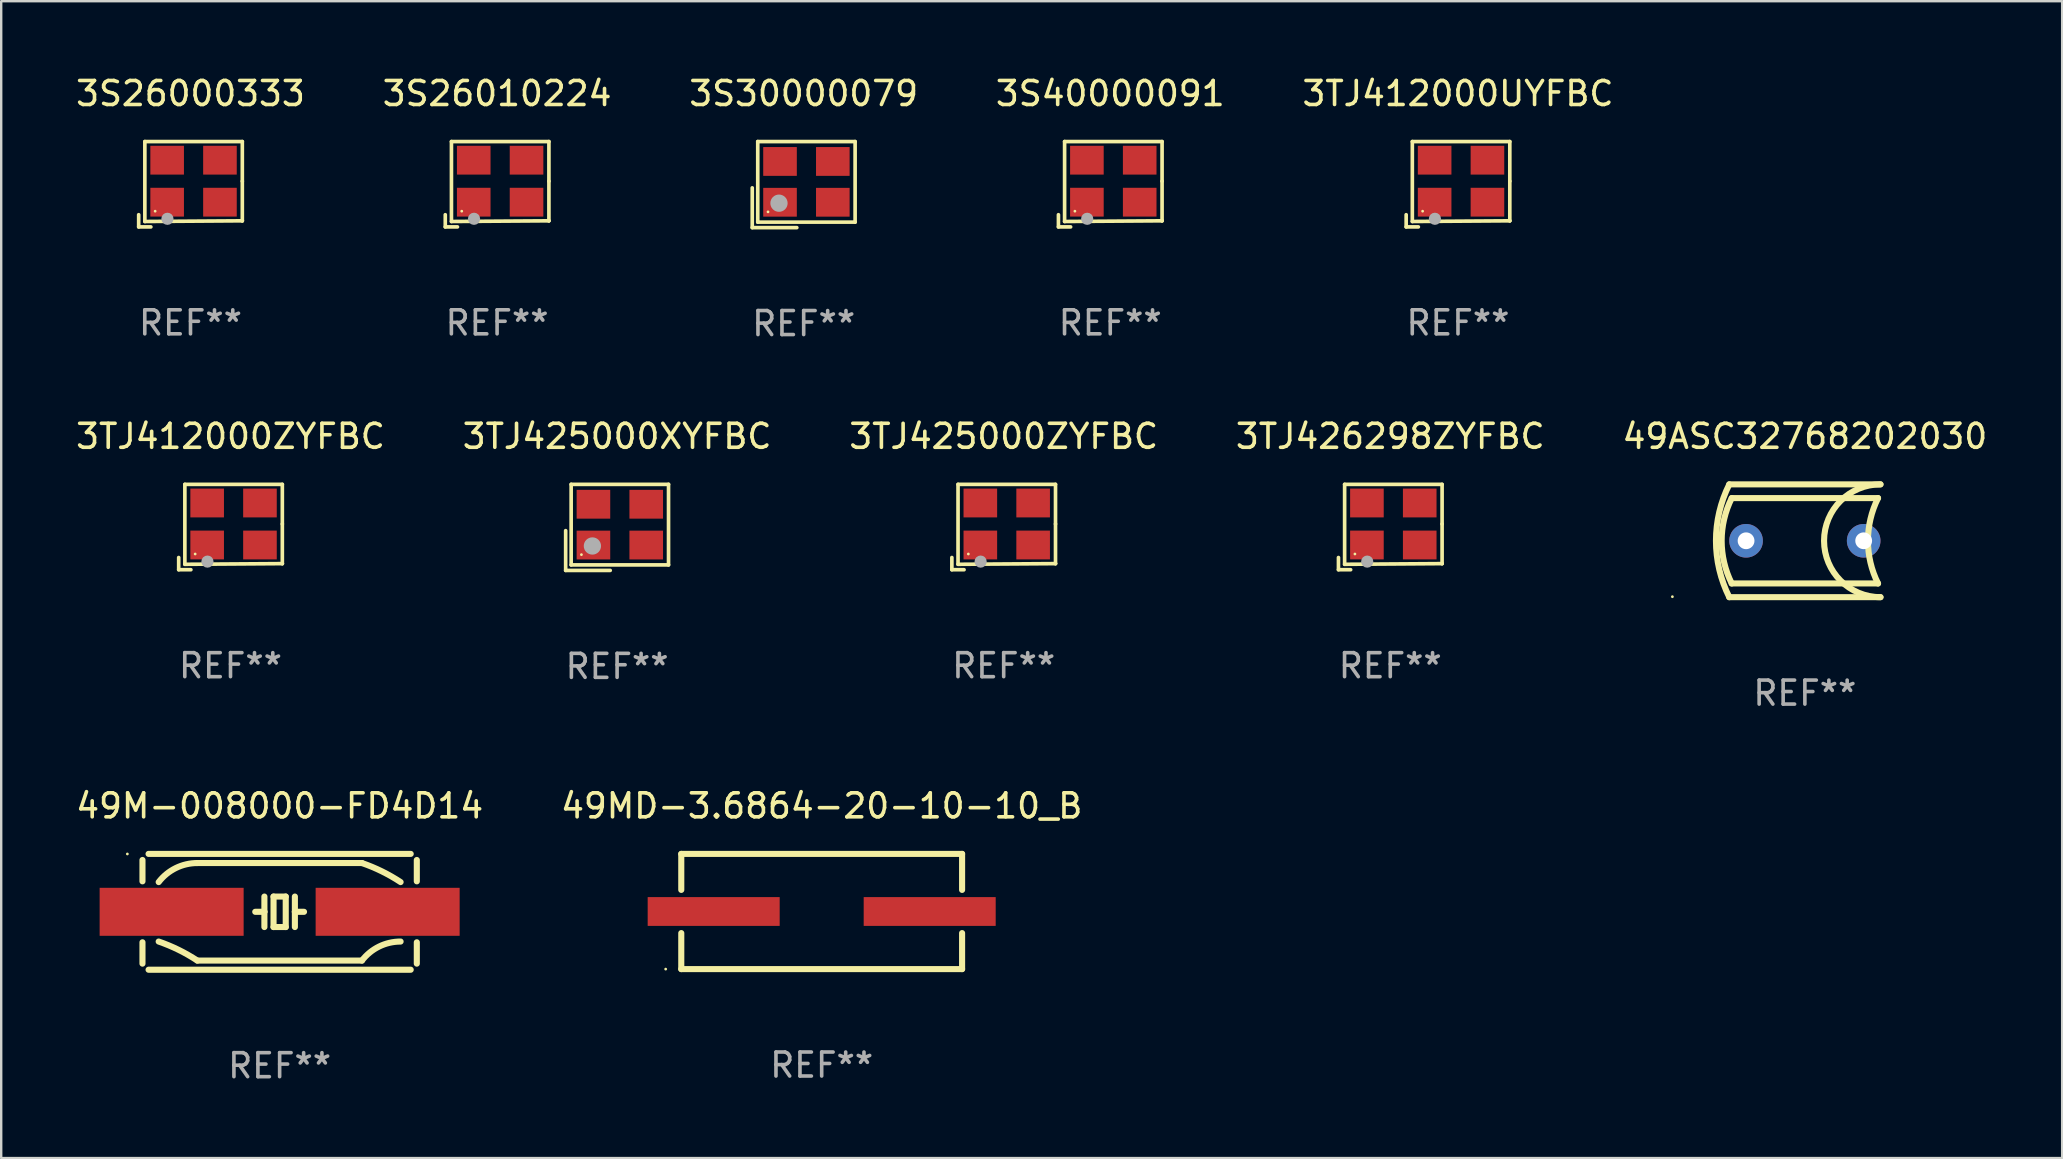
<source format=kicad_pcb>
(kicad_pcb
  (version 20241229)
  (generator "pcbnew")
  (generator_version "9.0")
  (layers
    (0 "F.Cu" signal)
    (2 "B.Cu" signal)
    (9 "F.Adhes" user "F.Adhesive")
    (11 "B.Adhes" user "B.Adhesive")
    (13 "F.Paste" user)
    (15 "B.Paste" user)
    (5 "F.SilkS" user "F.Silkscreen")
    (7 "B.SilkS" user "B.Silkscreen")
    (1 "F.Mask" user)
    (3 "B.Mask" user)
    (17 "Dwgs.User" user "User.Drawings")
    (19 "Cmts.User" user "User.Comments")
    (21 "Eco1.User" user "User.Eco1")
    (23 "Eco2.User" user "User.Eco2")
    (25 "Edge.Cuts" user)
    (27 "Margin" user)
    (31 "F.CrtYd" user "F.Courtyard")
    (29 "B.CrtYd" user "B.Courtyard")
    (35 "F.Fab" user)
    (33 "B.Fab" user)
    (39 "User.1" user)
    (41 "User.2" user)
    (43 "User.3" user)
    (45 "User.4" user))
  (footprint "3S26000333"
    (layer "F.Cu")
    (at 4.887 4.626)
    (property "Reference" "3S26000333" (at 0 -3.778 0) (layer "F.SilkS") (effects (font (size 1 1) (thickness 0.15))))
    (attr through_hole)
    (fp_line (start -2.159 1.27) (end -2.159 1.778) (stroke (width 0.152) (type solid)) (layer "F.SilkS"))
    (fp_line (start -2.159 1.778) (end -1.651 1.778) (stroke (width 0.152) (type solid)) (layer "F.SilkS"))
    (fp_line (start -1.902 -1.778) (end 2.159 -1.778) (stroke (width 0.152) (type solid)) (layer "F.SilkS"))
    (fp_line (start -1.902 1.552) (end -1.902 -1.778) (stroke (width 0.152) (type solid)) (layer "F.SilkS"))
    (fp_line (start 2.159 -1.778) (end 2.159 -0.127) (stroke (width 0.152) (type solid)) (layer "F.SilkS"))
    (fp_line (start 2.159 -0.127) (end 2.159 1.524) (stroke (width 0.152) (type solid)) (layer "F.SilkS"))
    (fp_line (start 2.159 1.524) (end -1.902 1.552) (stroke (width 0.152) (type solid)) (layer "F.SilkS"))
    (fp_line (start 2.159 1.524) (end 2.159 1.524) (stroke (width 0.152) (type solid)) (layer "F.SilkS"))
    (fp_circle (center -1.473 1.123) (end -1.443 1.123) (stroke (width 0.06) (type solid)) (fill no) (layer "F.SilkS"))
    (fp_circle (center -0.961 1.44) (end -0.834 1.44) (stroke (width 0.254) (type solid)) (fill no) (layer "F.Fab"))
    (fp_text user "REF**" (at 0 5.778 0) (layer "F.Fab") (effects (font (size 1 1) (thickness 0.15))))
    (pad "1" smd rect (at -0.973 0.748) (size 1.4 1.2) (layers "F.Cu" "F.Mask" "F.Paste"))
    (pad "2" smd rect (at 1.227 0.748) (size 1.4 1.2) (layers "F.Cu" "F.Mask" "F.Paste"))
    (pad "3" smd rect (at 1.227 -1.002) (size 1.4 1.2) (layers "F.Cu" "F.Mask" "F.Paste"))
    (pad "4" smd rect (at -0.973 -1.002) (size 1.4 1.2) (layers "F.Cu" "F.Mask" "F.Paste")))
  (footprint "3S40000091"
    (layer "F.Cu")
    (at 43.208 4.626)
    (property "Reference" "3S40000091" (at 0 -3.778 0) (layer "F.SilkS") (effects (font (size 1 1) (thickness 0.15))))
    (attr through_hole)
    (fp_line (start -2.159 1.27) (end -2.159 1.778) (stroke (width 0.152) (type solid)) (layer "F.SilkS"))
    (fp_line (start -2.159 1.778) (end -1.651 1.778) (stroke (width 0.152) (type solid)) (layer "F.SilkS"))
    (fp_line (start -1.902 -1.778) (end 2.159 -1.778) (stroke (width 0.152) (type solid)) (layer "F.SilkS"))
    (fp_line (start -1.902 1.552) (end -1.902 -1.778) (stroke (width 0.152) (type solid)) (layer "F.SilkS"))
    (fp_line (start 2.159 -1.778) (end 2.159 -0.127) (stroke (width 0.152) (type solid)) (layer "F.SilkS"))
    (fp_line (start 2.159 -0.127) (end 2.159 1.524) (stroke (width 0.152) (type solid)) (layer "F.SilkS"))
    (fp_line (start 2.159 1.524) (end -1.902 1.552) (stroke (width 0.152) (type solid)) (layer "F.SilkS"))
    (fp_line (start 2.159 1.524) (end 2.159 1.524) (stroke (width 0.152) (type solid)) (layer "F.SilkS"))
    (fp_circle (center -1.473 1.123) (end -1.443 1.123) (stroke (width 0.06) (type solid)) (fill no) (layer "F.SilkS"))
    (fp_circle (center -0.961 1.44) (end -0.834 1.44) (stroke (width 0.254) (type solid)) (fill no) (layer "F.Fab"))
    (fp_text user "REF**" (at 0 5.778 0) (layer "F.Fab") (effects (font (size 1 1) (thickness 0.15))))
    (pad "1" smd rect (at -0.973 0.748) (size 1.4 1.2) (layers "F.Cu" "F.Mask" "F.Paste"))
    (pad "2" smd rect (at 1.227 0.748) (size 1.4 1.2) (layers "F.Cu" "F.Mask" "F.Paste"))
    (pad "3" smd rect (at 1.227 -1.002) (size 1.4 1.2) (layers "F.Cu" "F.Mask" "F.Paste"))
    (pad "4" smd rect (at -0.973 -1.002) (size 1.4 1.2) (layers "F.Cu" "F.Mask" "F.Paste")))
  (footprint "3S30000079"
    (layer "F.Cu")
    (at 30.435 4.641)
    (property "Reference" "3S30000079" (at 0 -3.793 0) (layer "F.SilkS") (effects (font (size 1 1) (thickness 0.15))))
    (attr through_hole)
    (fp_line (start -2.143 0.136) (end -2.143 1.793) (stroke (width 0.152) (type solid)) (layer "F.SilkS"))
    (fp_line (start -2.143 1.793) (end -0.286 1.793) (stroke (width 0.152) (type solid)) (layer "F.SilkS"))
    (fp_line (start -1.914 -1.793) (end 2.143 -1.793) (stroke (width 0.152) (type solid)) (layer "F.SilkS"))
    (fp_line (start -1.914 1.564) (end -1.914 -1.793) (stroke (width 0.152) (type solid)) (layer "F.SilkS"))
    (fp_line (start 2.143 -1.793) (end 2.143 1.564) (stroke (width 0.152) (type solid)) (layer "F.SilkS"))
    (fp_line (start 2.143 1.564) (end -1.914 1.564) (stroke (width 0.152) (type solid)) (layer "F.SilkS"))
    (fp_circle (center -1.486 1.136) (end -1.456 1.136) (stroke (width 0.06) (type solid)) (fill no) (layer "F.SilkS"))
    (fp_circle (center -1.029 0.775) (end -0.849 0.775) (stroke (width 0.36) (type solid)) (fill no) (layer "F.Fab"))
    (fp_text user "REF**" (at 0 5.793 0) (layer "F.Fab") (effects (font (size 1 1) (thickness 0.15))))
    (pad "1" smd rect (at -0.986 0.736) (size 1.4 1.2) (layers "F.Cu" "F.Mask" "F.Paste"))
    (pad "2" smd rect (at 1.214 0.736) (size 1.4 1.2) (layers "F.Cu" "F.Mask" "F.Paste"))
    (pad "3" smd rect (at 1.214 -0.964) (size 1.4 1.2) (layers "F.Cu" "F.Mask" "F.Paste"))
    (pad "4" smd rect (at -0.986 -0.964) (size 1.4 1.2) (layers "F.Cu" "F.Mask" "F.Paste")))
  (footprint "3S26010224"
    (layer "F.Cu")
    (at 17.661 4.626)
    (property "Reference" "3S26010224" (at 0 -3.778 0) (layer "F.SilkS") (effects (font (size 1 1) (thickness 0.15))))
    (attr through_hole)
    (fp_line (start -2.159 1.27) (end -2.159 1.778) (stroke (width 0.152) (type solid)) (layer "F.SilkS"))
    (fp_line (start -2.159 1.778) (end -1.651 1.778) (stroke (width 0.152) (type solid)) (layer "F.SilkS"))
    (fp_line (start -1.902 -1.778) (end 2.159 -1.778) (stroke (width 0.152) (type solid)) (layer "F.SilkS"))
    (fp_line (start -1.902 1.552) (end -1.902 -1.778) (stroke (width 0.152) (type solid)) (layer "F.SilkS"))
    (fp_line (start 2.159 -1.778) (end 2.159 -0.127) (stroke (width 0.152) (type solid)) (layer "F.SilkS"))
    (fp_line (start 2.159 -0.127) (end 2.159 1.524) (stroke (width 0.152) (type solid)) (layer "F.SilkS"))
    (fp_line (start 2.159 1.524) (end -1.902 1.552) (stroke (width 0.152) (type solid)) (layer "F.SilkS"))
    (fp_line (start 2.159 1.524) (end 2.159 1.524) (stroke (width 0.152) (type solid)) (layer "F.SilkS"))
    (fp_circle (center -1.473 1.123) (end -1.443 1.123) (stroke (width 0.06) (type solid)) (fill no) (layer "F.SilkS"))
    (fp_circle (center -0.961 1.44) (end -0.834 1.44) (stroke (width 0.254) (type solid)) (fill no) (layer "F.Fab"))
    (fp_text user "REF**" (at 0 5.778 0) (layer "F.Fab") (effects (font (size 1 1) (thickness 0.15))))
    (pad "1" smd rect (at -0.973 0.748) (size 1.4 1.2) (layers "F.Cu" "F.Mask" "F.Paste"))
    (pad "2" smd rect (at 1.227 0.748) (size 1.4 1.2) (layers "F.Cu" "F.Mask" "F.Paste"))
    (pad "3" smd rect (at 1.227 -1.002) (size 1.4 1.2) (layers "F.Cu" "F.Mask" "F.Paste"))
    (pad "4" smd rect (at -0.973 -1.002) (size 1.4 1.2) (layers "F.Cu" "F.Mask" "F.Paste")))
  (footprint "3TJ426298ZYFBC"
    (layer "F.Cu")
    (at 54.875 18.909)
    (property "Reference" "3TJ426298ZYFBC" (at 0 -3.778 0) (layer "F.SilkS") (effects (font (size 1 1) (thickness 0.15))))
    (attr through_hole)
    (fp_line (start -2.159 1.27) (end -2.159 1.778) (stroke (width 0.152) (type solid)) (layer "F.SilkS"))
    (fp_line (start -2.159 1.778) (end -1.651 1.778) (stroke (width 0.152) (type solid)) (layer "F.SilkS"))
    (fp_line (start -1.902 -1.778) (end 2.159 -1.778) (stroke (width 0.152) (type solid)) (layer "F.SilkS"))
    (fp_line (start -1.902 1.552) (end -1.902 -1.778) (stroke (width 0.152) (type solid)) (layer "F.SilkS"))
    (fp_line (start 2.159 -1.778) (end 2.159 -0.127) (stroke (width 0.152) (type solid)) (layer "F.SilkS"))
    (fp_line (start 2.159 -0.127) (end 2.159 1.524) (stroke (width 0.152) (type solid)) (layer "F.SilkS"))
    (fp_line (start 2.159 1.524) (end -1.902 1.552) (stroke (width 0.152) (type solid)) (layer "F.SilkS"))
    (fp_line (start 2.159 1.524) (end 2.159 1.524) (stroke (width 0.152) (type solid)) (layer "F.SilkS"))
    (fp_circle (center -1.473 1.123) (end -1.443 1.123) (stroke (width 0.06) (type solid)) (fill no) (layer "F.SilkS"))
    (fp_circle (center -0.961 1.44) (end -0.834 1.44) (stroke (width 0.254) (type solid)) (fill no) (layer "F.Fab"))
    (fp_text user "REF**" (at 0 5.778 0) (layer "F.Fab") (effects (font (size 1 1) (thickness 0.15))))
    (pad "1" smd rect (at -0.973 0.748) (size 1.4 1.2) (layers "F.Cu" "F.Mask" "F.Paste"))
    (pad "2" smd rect (at 1.227 0.748) (size 1.4 1.2) (layers "F.Cu" "F.Mask" "F.Paste"))
    (pad "3" smd rect (at 1.227 -1.002) (size 1.4 1.2) (layers "F.Cu" "F.Mask" "F.Paste"))
    (pad "4" smd rect (at -0.973 -1.002) (size 1.4 1.2) (layers "F.Cu" "F.Mask" "F.Paste")))
  (footprint "49M-008000-FD4D14"
    (layer "F.Cu")
    (at 8.601 34.94)
    (property "Reference" "49M-008000-FD4D14" (at 0 -4.413 0) (layer "F.SilkS") (effects (font (size 1 1) (thickness 0.15))))
    (attr through_hole)
    (fp_line (start -5.715 -2.159) (end -5.715 -1.27) (stroke (width 0.254) (type solid)) (layer "F.SilkS"))
    (fp_line (start -5.715 2.159) (end -5.715 1.27) (stroke (width 0.254) (type solid)) (layer "F.SilkS"))
    (fp_line (start -3.429 -2.032) (end 3.429 -2.032) (stroke (width 0.254) (type solid)) (layer "F.SilkS"))
    (fp_line (start -0.635 -0.635) (end -0.635 0) (stroke (width 0.254) (type solid)) (layer "F.SilkS"))
    (fp_line (start -0.635 0) (end -1.016 0) (stroke (width 0.254) (type solid)) (layer "F.SilkS"))
    (fp_line (start -0.635 0) (end -0.635 0.635) (stroke (width 0.254) (type solid)) (layer "F.SilkS"))
    (fp_line (start -0.254 -0.635) (end -0.254 0.635) (stroke (width 0.254) (type solid)) (layer "F.SilkS"))
    (fp_line (start -0.254 0.635) (end 0.254 0.635) (stroke (width 0.254) (type solid)) (layer "F.SilkS"))
    (fp_line (start 0.254 -0.635) (end -0.254 -0.635) (stroke (width 0.254) (type solid)) (layer "F.SilkS"))
    (fp_line (start 0.254 0.635) (end 0.254 -0.635) (stroke (width 0.254) (type solid)) (layer "F.SilkS"))
    (fp_line (start 0.635 -0.635) (end 0.635 0) (stroke (width 0.254) (type solid)) (layer "F.SilkS"))
    (fp_line (start 0.635 0) (end 0.635 0.635) (stroke (width 0.254) (type solid)) (layer "F.SilkS"))
    (fp_line (start 0.635 0) (end 1.016 0) (stroke (width 0.254) (type solid)) (layer "F.SilkS"))
    (fp_line (start 3.429 2.032) (end -3.429 2.032) (stroke (width 0.254) (type solid)) (layer "F.SilkS"))
    (fp_line (start 5.461 -2.413) (end -5.461 -2.413) (stroke (width 0.254) (type solid)) (layer "F.SilkS"))
    (fp_line (start 5.461 2.413) (end -5.461 2.413) (stroke (width 0.254) (type solid)) (layer "F.SilkS"))
    (fp_line (start 5.715 -2.159) (end 5.715 -1.27) (stroke (width 0.254) (type solid)) (layer "F.SilkS"))
    (fp_line (start 5.715 2.159) (end 5.715 1.27) (stroke (width 0.254) (type solid)) (layer "F.SilkS"))
    (fp_arc (start -5.039649 -1.238964) (mid -4.326674 -1.823064) (end -3.429007 -2.032105) (stroke (width 0.254001) (type solid)) (layer "F.SilkS"))
    (fp_arc (start -5.039649 1.238964) (mid -4.209364 1.584785) (end -3.429006 2.032005) (stroke (width 0.254001) (type solid)) (layer "F.SilkS"))
    (fp_arc (start 3.429007 -2.032004) (mid 4.259292 -1.686184) (end 5.03965 -1.238964) (stroke (width 0.254001) (type solid)) (layer "F.SilkS"))
    (fp_arc (start 3.429007 2.032004) (mid 4.141933 1.447919) (end 5.039548 1.238862) (stroke (width 0.254001) (type solid)) (layer "F.SilkS"))
    (fp_circle (center -6.345 -2.41) (end -6.315 -2.41) (stroke (width 0.06) (type solid)) (fill no) (layer "F.SilkS"))
    (fp_text user "REF**" (at 0 6.413 0) (layer "F.Fab") (effects (font (size 1 1) (thickness 0.15))))
    (pad "1" smd rect (at -4.5 0) (size 6 2) (layers "F.Cu" "F.Mask" "F.Paste"))
    (pad "2" smd rect (at 4.5 0) (size 6 2) (layers "F.Cu" "F.Mask" "F.Paste")))
  (footprint "49MD-3.6864-20-10-10_B"
    (layer "F.Cu")
    (at 31.185 34.927)
    (property "Reference" "49MD-3.6864-20-10-10_B" (at 0 -4.4 0) (layer "F.SilkS") (effects (font (size 1 1) (thickness 0.15))))
    (attr through_hole)
    (fp_line (start -5.85 -2.4) (end 5.85 -2.4) (stroke (width 0.254) (type solid)) (layer "F.SilkS"))
    (fp_line (start -5.85 -2.4) (end -5.85 -0.9) (stroke (width 0.254) (type solid)) (layer "F.SilkS"))
    (fp_line (start -5.85 2.4) (end 5.85 2.4) (stroke (width 0.254) (type solid)) (layer "F.SilkS"))
    (fp_line (start -5.85 0.9) (end -5.85 2.4) (stroke (width 0.254) (type solid)) (layer "F.SilkS"))
    (fp_line (start 5.85 -2.4) (end 5.85 -0.9) (stroke (width 0.254) (type solid)) (layer "F.SilkS"))
    (fp_line (start 5.85 0.9) (end 5.85 2.4) (stroke (width 0.254) (type solid)) (layer "F.SilkS"))
    (fp_circle (center -6.5 2.4) (end -6.47 2.4) (stroke (width 0.06) (type solid)) (fill no) (layer "F.SilkS"))
    (fp_text user "REF**" (at 0 6.4 0) (layer "F.Fab") (effects (font (size 1 1) (thickness 0.15))))
    (pad "1" smd rect (at -4.5 -0.000025) (size 5.5 1.2) (layers "F.Cu" "F.Mask" "F.Paste"))
    (pad "2" smd rect (at 4.5 -0.000025) (size 5.5 1.2) (layers "F.Cu" "F.Mask" "F.Paste")))
  (footprint "3TJ412000UYFBC"
    (layer "F.Cu")
    (at 57.696 4.626)
    (property "Reference" "3TJ412000UYFBC" (at 0 -3.778 0) (layer "F.SilkS") (effects (font (size 1 1) (thickness 0.15))))
    (attr through_hole)
    (fp_line (start -2.159 1.27) (end -2.159 1.778) (stroke (width 0.152) (type solid)) (layer "F.SilkS"))
    (fp_line (start -2.159 1.778) (end -1.651 1.778) (stroke (width 0.152) (type solid)) (layer "F.SilkS"))
    (fp_line (start -1.902 -1.778) (end 2.159 -1.778) (stroke (width 0.152) (type solid)) (layer "F.SilkS"))
    (fp_line (start -1.902 1.552) (end -1.902 -1.778) (stroke (width 0.152) (type solid)) (layer "F.SilkS"))
    (fp_line (start 2.159 -1.778) (end 2.159 -0.127) (stroke (width 0.152) (type solid)) (layer "F.SilkS"))
    (fp_line (start 2.159 -0.127) (end 2.159 1.524) (stroke (width 0.152) (type solid)) (layer "F.SilkS"))
    (fp_line (start 2.159 1.524) (end -1.902 1.552) (stroke (width 0.152) (type solid)) (layer "F.SilkS"))
    (fp_line (start 2.159 1.524) (end 2.159 1.524) (stroke (width 0.152) (type solid)) (layer "F.SilkS"))
    (fp_circle (center -1.473 1.123) (end -1.443 1.123) (stroke (width 0.06) (type solid)) (fill no) (layer "F.SilkS"))
    (fp_circle (center -0.961 1.44) (end -0.834 1.44) (stroke (width 0.254) (type solid)) (fill no) (layer "F.Fab"))
    (fp_text user "REF**" (at 0 5.778 0) (layer "F.Fab") (effects (font (size 1 1) (thickness 0.15))))
    (pad "1" smd rect (at -0.973 0.748) (size 1.4 1.2) (layers "F.Cu" "F.Mask" "F.Paste"))
    (pad "2" smd rect (at 1.227 0.748) (size 1.4 1.2) (layers "F.Cu" "F.Mask" "F.Paste"))
    (pad "3" smd rect (at 1.227 -1.002) (size 1.4 1.2) (layers "F.Cu" "F.Mask" "F.Paste"))
    (pad "4" smd rect (at -0.973 -1.002) (size 1.4 1.2) (layers "F.Cu" "F.Mask" "F.Paste")))
  (footprint "3TJ425000XYFBC"
    (layer "F.Cu")
    (at 22.661 18.923)
    (property "Reference" "3TJ425000XYFBC" (at 0 -3.793 0) (layer "F.SilkS") (effects (font (size 1 1) (thickness 0.15))))
    (attr through_hole)
    (fp_line (start -2.143 0.136) (end -2.143 1.793) (stroke (width 0.152) (type solid)) (layer "F.SilkS"))
    (fp_line (start -2.143 1.793) (end -0.286 1.793) (stroke (width 0.152) (type solid)) (layer "F.SilkS"))
    (fp_line (start -1.914 -1.793) (end 2.143 -1.793) (stroke (width 0.152) (type solid)) (layer "F.SilkS"))
    (fp_line (start -1.914 1.564) (end -1.914 -1.793) (stroke (width 0.152) (type solid)) (layer "F.SilkS"))
    (fp_line (start 2.143 -1.793) (end 2.143 1.564) (stroke (width 0.152) (type solid)) (layer "F.SilkS"))
    (fp_line (start 2.143 1.564) (end -1.914 1.564) (stroke (width 0.152) (type solid)) (layer "F.SilkS"))
    (fp_circle (center -1.486 1.136) (end -1.456 1.136) (stroke (width 0.06) (type solid)) (fill no) (layer "F.SilkS"))
    (fp_circle (center -1.029 0.775) (end -0.849 0.775) (stroke (width 0.36) (type solid)) (fill no) (layer "F.Fab"))
    (fp_text user "REF**" (at 0 5.793 0) (layer "F.Fab") (effects (font (size 1 1) (thickness 0.15))))
    (pad "1" smd rect (at -0.986 0.736) (size 1.4 1.2) (layers "F.Cu" "F.Mask" "F.Paste"))
    (pad "2" smd rect (at 1.214 0.736) (size 1.4 1.2) (layers "F.Cu" "F.Mask" "F.Paste"))
    (pad "3" smd rect (at 1.214 -0.964) (size 1.4 1.2) (layers "F.Cu" "F.Mask" "F.Paste"))
    (pad "4" smd rect (at -0.986 -0.964) (size 1.4 1.2) (layers "F.Cu" "F.Mask" "F.Paste")))
  (footprint "3TJ425000ZYFBC"
    (layer "F.Cu")
    (at 38.768 18.909)
    (property "Reference" "3TJ425000ZYFBC" (at 0 -3.778 0) (layer "F.SilkS") (effects (font (size 1 1) (thickness 0.15))))
    (attr through_hole)
    (fp_line (start -2.159 1.27) (end -2.159 1.778) (stroke (width 0.152) (type solid)) (layer "F.SilkS"))
    (fp_line (start -2.159 1.778) (end -1.651 1.778) (stroke (width 0.152) (type solid)) (layer "F.SilkS"))
    (fp_line (start -1.902 -1.778) (end 2.159 -1.778) (stroke (width 0.152) (type solid)) (layer "F.SilkS"))
    (fp_line (start -1.902 1.552) (end -1.902 -1.778) (stroke (width 0.152) (type solid)) (layer "F.SilkS"))
    (fp_line (start 2.159 -1.778) (end 2.159 -0.127) (stroke (width 0.152) (type solid)) (layer "F.SilkS"))
    (fp_line (start 2.159 -0.127) (end 2.159 1.524) (stroke (width 0.152) (type solid)) (layer "F.SilkS"))
    (fp_line (start 2.159 1.524) (end -1.902 1.552) (stroke (width 0.152) (type solid)) (layer "F.SilkS"))
    (fp_line (start 2.159 1.524) (end 2.159 1.524) (stroke (width 0.152) (type solid)) (layer "F.SilkS"))
    (fp_circle (center -1.473 1.123) (end -1.443 1.123) (stroke (width 0.06) (type solid)) (fill no) (layer "F.SilkS"))
    (fp_circle (center -0.961 1.44) (end -0.834 1.44) (stroke (width 0.254) (type solid)) (fill no) (layer "F.Fab"))
    (fp_text user "REF**" (at 0 5.778 0) (layer "F.Fab") (effects (font (size 1 1) (thickness 0.15))))
    (pad "1" smd rect (at -0.973 0.748) (size 1.4 1.2) (layers "F.Cu" "F.Mask" "F.Paste"))
    (pad "2" smd rect (at 1.227 0.748) (size 1.4 1.2) (layers "F.Cu" "F.Mask" "F.Paste"))
    (pad "3" smd rect (at 1.227 -1.002) (size 1.4 1.2) (layers "F.Cu" "F.Mask" "F.Paste"))
    (pad "4" smd rect (at -0.973 -1.002) (size 1.4 1.2) (layers "F.Cu" "F.Mask" "F.Paste")))
  (footprint "49ASC32768202030"
    (layer "F.Cu")
    (at 72.149 19.481)
    (property "Reference" "49ASC32768202030" (at 0 -4.35 0) (layer "F.SilkS") (effects (font (size 1 1) (thickness 0.15))))
    (attr through_hole)
    (fp_line (start -3.048 -1.778) (end 3.048 -1.778) (stroke (width 0.254) (type solid)) (layer "F.SilkS"))
    (fp_line (start -3.048 1.778) (end 3.048 1.778) (stroke (width 0.254) (type solid)) (layer "F.SilkS"))
    (fp_line (start 3.15 -2.35) (end -3.15 -2.35) (stroke (width 0.254) (type solid)) (layer "F.SilkS"))
    (fp_line (start 3.15 2.35) (end -3.15 2.35) (stroke (width 0.254) (type solid)) (layer "F.SilkS"))
    (fp_arc (start -3.149606 2.350775) (mid -3.704268 0.000381) (end -3.149606 -2.350013) (stroke (width 0.254001) (type solid)) (layer "F.SilkS"))
    (fp_arc (start -3.048007 1.779273) (mid -3.467308 0.000634) (end -3.048006 -1.778004) (stroke (width 0.254001) (type solid)) (layer "F.SilkS"))
    (fp_arc (start 3.048006 1.779274) (mid 2.628606 0.000635) (end 3.048006 -1.778004) (stroke (width 0.254001) (type solid)) (layer "F.SilkS"))
    (fp_arc (start 3.149606 2.350013) (mid 0.801269 -0.000381) (end 3.149607 -2.350775) (stroke (width 0.254001) (type solid)) (layer "F.SilkS"))
    (fp_circle (center -5.52 2.33) (end -5.49 2.33) (stroke (width 0.06) (type solid)) (fill no) (layer "F.SilkS"))
    (fp_text user "REF**" (at 0 6.35 0) (layer "F.Fab") (effects (font (size 1 1) (thickness 0.15))))
    (pad "1" thru_hole circle (at -2.45 0.000254) (size 1.4 1.4) (drill 0.7) (layers "*.Cu" "*.Mask"))
    (pad "2" thru_hole circle (at 2.45 0.000254) (size 1.4 1.4) (drill 0.7) (layers "*.Cu" "*.Mask")))
  (footprint "3TJ412000ZYFBC"
    (layer "F.Cu")
    (at 6.554 18.909)
    (property "Reference" "3TJ412000ZYFBC" (at 0 -3.778 0) (layer "F.SilkS") (effects (font (size 1 1) (thickness 0.15))))
    (attr through_hole)
    (fp_line (start -2.159 1.27) (end -2.159 1.778) (stroke (width 0.152) (type solid)) (layer "F.SilkS"))
    (fp_line (start -2.159 1.778) (end -1.651 1.778) (stroke (width 0.152) (type solid)) (layer "F.SilkS"))
    (fp_line (start -1.902 -1.778) (end 2.159 -1.778) (stroke (width 0.152) (type solid)) (layer "F.SilkS"))
    (fp_line (start -1.902 1.552) (end -1.902 -1.778) (stroke (width 0.152) (type solid)) (layer "F.SilkS"))
    (fp_line (start 2.159 -1.778) (end 2.159 -0.127) (stroke (width 0.152) (type solid)) (layer "F.SilkS"))
    (fp_line (start 2.159 -0.127) (end 2.159 1.524) (stroke (width 0.152) (type solid)) (layer "F.SilkS"))
    (fp_line (start 2.159 1.524) (end -1.902 1.552) (stroke (width 0.152) (type solid)) (layer "F.SilkS"))
    (fp_line (start 2.159 1.524) (end 2.159 1.524) (stroke (width 0.152) (type solid)) (layer "F.SilkS"))
    (fp_circle (center -1.473 1.123) (end -1.443 1.123) (stroke (width 0.06) (type solid)) (fill no) (layer "F.SilkS"))
    (fp_circle (center -0.961 1.44) (end -0.834 1.44) (stroke (width 0.254) (type solid)) (fill no) (layer "F.Fab"))
    (fp_text user "REF**" (at 0 5.778 0) (layer "F.Fab") (effects (font (size 1 1) (thickness 0.15))))
    (pad "1" smd rect (at -0.973 0.748) (size 1.4 1.2) (layers "F.Cu" "F.Mask" "F.Paste"))
    (pad "2" smd rect (at 1.227 0.748) (size 1.4 1.2) (layers "F.Cu" "F.Mask" "F.Paste"))
    (pad "3" smd rect (at 1.227 -1.002) (size 1.4 1.2) (layers "F.Cu" "F.Mask" "F.Paste"))
    (pad "4" smd rect (at -0.973 -1.002) (size 1.4 1.2) (layers "F.Cu" "F.Mask" "F.Paste")))
  (gr_rect
    (start -3 -3)
    (end 82.869 45.201)
    (stroke (width 0.1) (type default))
    (fill no)
    (layer "Edge.Cuts")))
</source>
